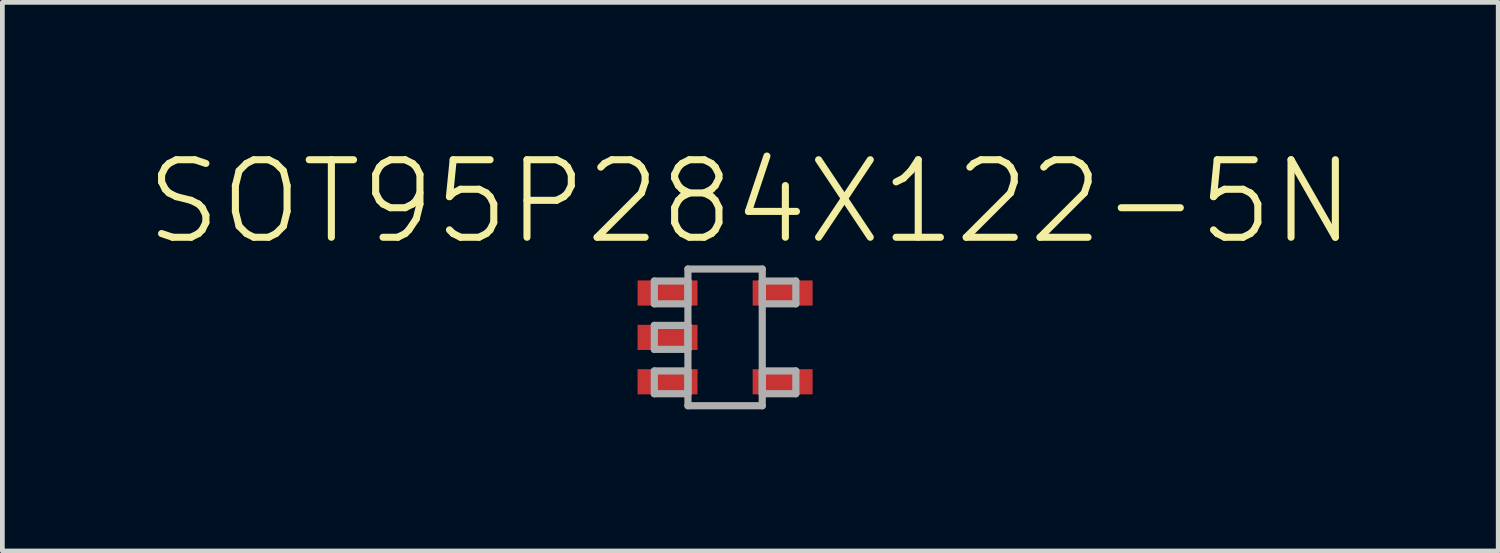
<source format=kicad_pcb>
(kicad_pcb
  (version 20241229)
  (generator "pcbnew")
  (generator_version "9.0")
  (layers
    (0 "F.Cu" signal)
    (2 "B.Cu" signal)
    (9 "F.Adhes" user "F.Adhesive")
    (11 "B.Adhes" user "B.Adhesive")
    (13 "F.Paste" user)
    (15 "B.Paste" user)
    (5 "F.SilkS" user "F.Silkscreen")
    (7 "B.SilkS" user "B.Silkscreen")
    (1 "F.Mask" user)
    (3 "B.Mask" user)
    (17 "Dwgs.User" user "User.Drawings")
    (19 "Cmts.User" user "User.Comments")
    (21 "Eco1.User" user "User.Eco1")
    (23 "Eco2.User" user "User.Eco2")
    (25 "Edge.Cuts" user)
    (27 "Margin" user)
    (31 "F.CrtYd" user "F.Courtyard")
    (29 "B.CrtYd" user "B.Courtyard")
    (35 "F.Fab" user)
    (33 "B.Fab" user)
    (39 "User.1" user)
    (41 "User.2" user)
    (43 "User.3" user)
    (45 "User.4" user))
  (footprint "SOT95P284X122-5N"
    (layer "F.Cu")
    (at 12.31 4.097)
    (property "Reference" "SOT95P284X122-5N" (at 0.534 -2.873 0) (layer "F.SilkS") (effects (font (size 1.642 1.642) (thickness 0.15))))
    (attr smd)
    (fp_line (start -1.499 -1.194) (end -1.499 -0.711) (stroke (width 0.152) (type solid)) (layer "F.Fab"))
    (fp_line (start -1.499 -0.711) (end -0.787 -0.711) (stroke (width 0.152) (type solid)) (layer "F.Fab"))
    (fp_line (start -1.499 -0.254) (end -1.499 0.254) (stroke (width 0.152) (type solid)) (layer "F.Fab"))
    (fp_line (start -1.499 0.254) (end -0.787 0.254) (stroke (width 0.152) (type solid)) (layer "F.Fab"))
    (fp_line (start -1.499 0.711) (end -1.499 1.194) (stroke (width 0.152) (type solid)) (layer "F.Fab"))
    (fp_line (start -1.499 1.194) (end -0.787 1.194) (stroke (width 0.152) (type solid)) (layer "F.Fab"))
    (fp_line (start -0.787 -1.448) (end -0.787 1.448) (stroke (width 0.152) (type solid)) (layer "F.Fab"))
    (fp_line (start -0.787 -1.194) (end -1.499 -1.194) (stroke (width 0.152) (type solid)) (layer "F.Fab"))
    (fp_line (start -0.787 -0.711) (end -0.787 -1.194) (stroke (width 0.152) (type solid)) (layer "F.Fab"))
    (fp_line (start -0.787 -0.254) (end -1.499 -0.254) (stroke (width 0.152) (type solid)) (layer "F.Fab"))
    (fp_line (start -0.787 0.254) (end -0.787 -0.254) (stroke (width 0.152) (type solid)) (layer "F.Fab"))
    (fp_line (start -0.787 0.711) (end -1.499 0.711) (stroke (width 0.152) (type solid)) (layer "F.Fab"))
    (fp_line (start -0.787 1.194) (end -0.787 0.711) (stroke (width 0.152) (type solid)) (layer "F.Fab"))
    (fp_line (start -0.787 1.448) (end 0.787 1.448) (stroke (width 0.152) (type solid)) (layer "F.Fab"))
    (fp_line (start 0.787 -1.448) (end -0.787 -1.448) (stroke (width 0.152) (type solid)) (layer "F.Fab"))
    (fp_line (start 0.787 -1.194) (end 0.787 -0.711) (stroke (width 0.152) (type solid)) (layer "F.Fab"))
    (fp_line (start 0.787 -0.711) (end 1.499 -0.711) (stroke (width 0.152) (type solid)) (layer "F.Fab"))
    (fp_line (start 0.787 0.711) (end 0.787 1.194) (stroke (width 0.152) (type solid)) (layer "F.Fab"))
    (fp_line (start 0.787 1.194) (end 1.499 1.194) (stroke (width 0.152) (type solid)) (layer "F.Fab"))
    (fp_line (start 0.787 1.448) (end 0.787 -1.448) (stroke (width 0.152) (type solid)) (layer "F.Fab"))
    (fp_line (start 1.499 -1.194) (end 0.787 -1.194) (stroke (width 0.152) (type solid)) (layer "F.Fab"))
    (fp_line (start 1.499 -0.711) (end 1.499 -1.194) (stroke (width 0.152) (type solid)) (layer "F.Fab"))
    (fp_line (start 1.499 0.711) (end 0.787 0.711) (stroke (width 0.152) (type solid)) (layer "F.Fab"))
    (fp_line (start 1.499 1.194) (end 1.499 0.711) (stroke (width 0.152) (type solid)) (layer "F.Fab"))
    (pad "1" smd rect (at -1.219 -0.94) (size 1.27 0.533) (layers "F.Cu" "F.Mask" "F.Paste"))
    (pad "2" smd rect (at -1.219 0) (size 1.27 0.533) (layers "F.Cu" "F.Mask" "F.Paste"))
    (pad "3" smd rect (at -1.219 0.94) (size 1.27 0.533) (layers "F.Cu" "F.Mask" "F.Paste"))
    (pad "4" smd rect (at 1.219 0.94) (size 1.27 0.533) (layers "F.Cu" "F.Mask" "F.Paste"))
    (pad "5" smd rect (at 1.219 -0.94) (size 1.27 0.533) (layers "F.Cu" "F.Mask" "F.Paste")))
  (gr_rect
    (start -3 -3)
    (end 28.687 8.621)
    (stroke (width 0.1) (type default))
    (fill no)
    (layer "Edge.Cuts")))
</source>
